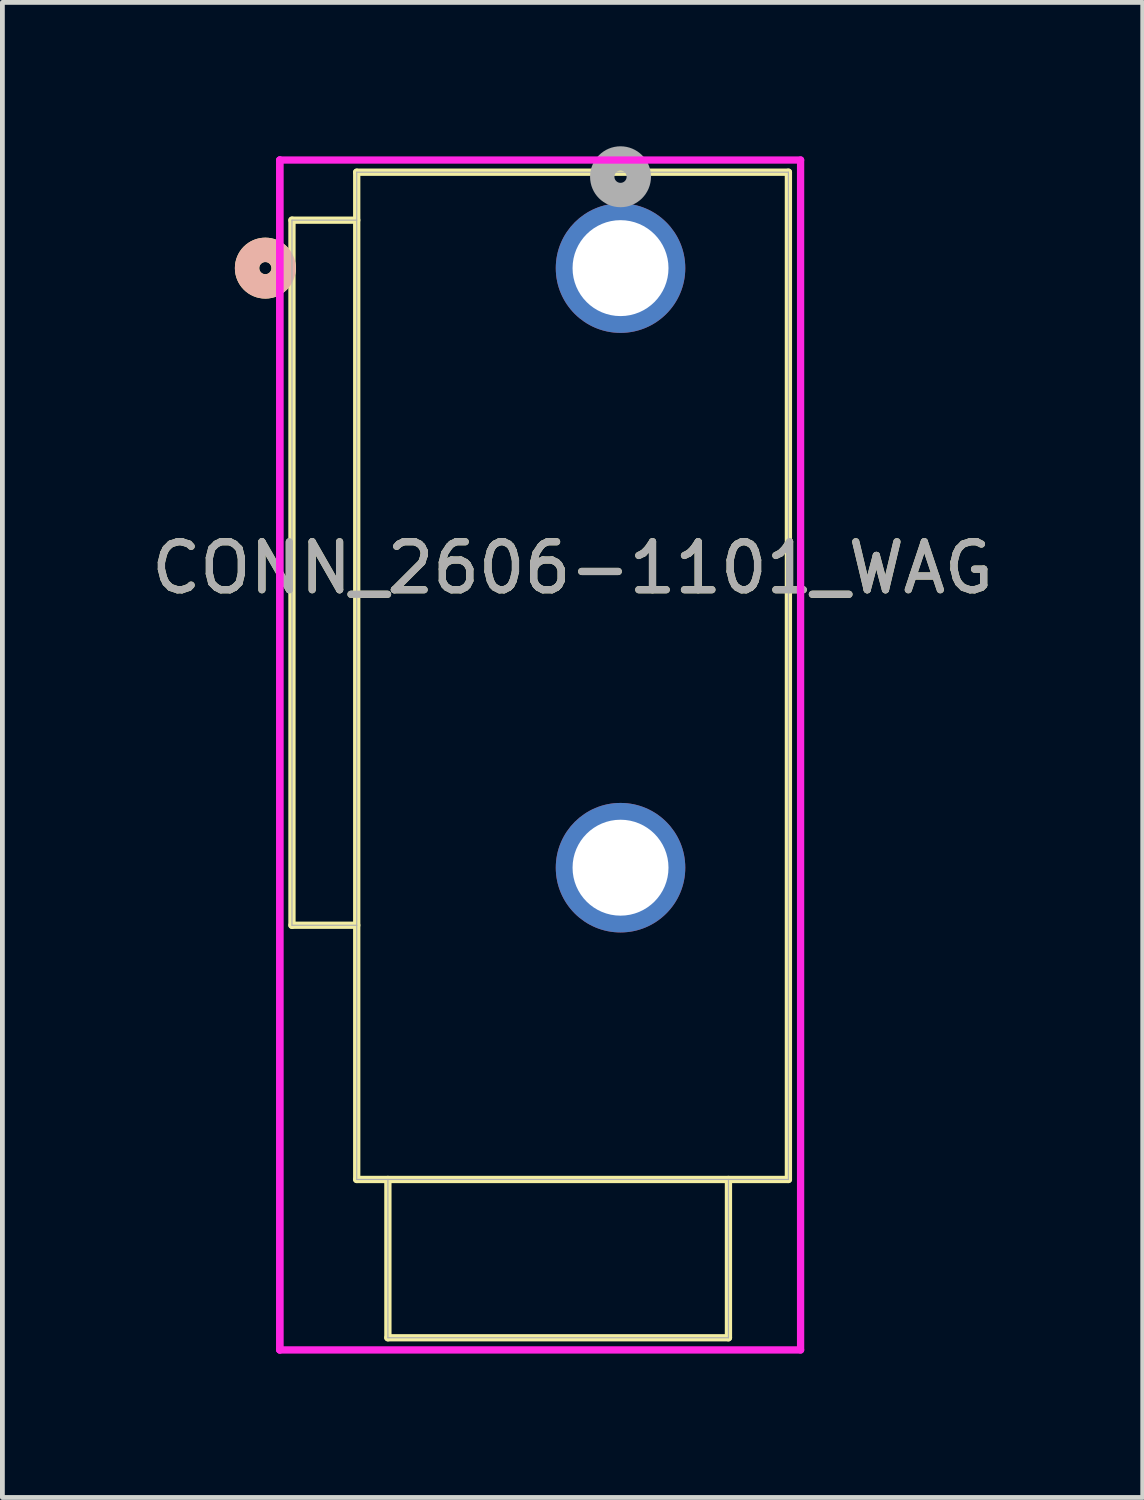
<source format=kicad_pcb>
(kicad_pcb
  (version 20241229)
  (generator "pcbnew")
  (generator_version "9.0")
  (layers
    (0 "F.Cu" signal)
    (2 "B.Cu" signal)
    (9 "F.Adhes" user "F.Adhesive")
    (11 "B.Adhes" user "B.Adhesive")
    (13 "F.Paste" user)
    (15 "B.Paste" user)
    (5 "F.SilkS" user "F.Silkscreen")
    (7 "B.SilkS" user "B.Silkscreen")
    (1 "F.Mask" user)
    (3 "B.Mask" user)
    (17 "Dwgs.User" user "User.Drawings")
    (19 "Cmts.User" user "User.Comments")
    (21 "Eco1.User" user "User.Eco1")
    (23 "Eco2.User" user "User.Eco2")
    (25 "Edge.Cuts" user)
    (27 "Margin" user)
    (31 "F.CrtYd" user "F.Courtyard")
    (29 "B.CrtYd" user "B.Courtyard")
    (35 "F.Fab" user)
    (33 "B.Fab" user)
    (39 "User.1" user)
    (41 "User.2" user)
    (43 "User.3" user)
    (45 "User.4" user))
  (footprint "CONN_2606-1101_WAG"
    (layer "F.Cu")
    (at 9.887 2.54)
    (property "Reference" "CONN_2606-1101_WAG" (at -1 6.25 0) (unlocked yes) (layer "F.SilkS") (effects (font (size 1 1) (thickness 0.15))))
    (attr through_hole)
    (fp_line (start -6.85 13.7) (end -6.85 -1) (stroke (width 0.152) (type solid)) (layer "F.SilkS"))
    (fp_line (start -5.5 -2) (end 3.5 -2) (stroke (width 0.152) (type solid)) (layer "F.SilkS"))
    (fp_line (start -5.5 -1) (end -6.85 -1) (stroke (width 0.152) (type solid)) (layer "F.SilkS"))
    (fp_line (start -5.5 13.7) (end -6.85 13.7) (stroke (width 0.152) (type solid)) (layer "F.SilkS"))
    (fp_line (start -5.5 19) (end -5.5 -2) (stroke (width 0.152) (type solid)) (layer "F.SilkS"))
    (fp_line (start -5.5 19) (end 3.5 19) (stroke (width 0.152) (type solid)) (layer "F.SilkS"))
    (fp_line (start -4.85 19) (end -4.85 22.3) (stroke (width 0.152) (type solid)) (layer "F.SilkS"))
    (fp_line (start -4.85 22.3) (end 2.25 22.3) (stroke (width 0.152) (type solid)) (layer "F.SilkS"))
    (fp_line (start 2.25 19) (end 2.25 22.3) (stroke (width 0.152) (type solid)) (layer "F.SilkS"))
    (fp_line (start 3.5 -2) (end 3.5 19) (stroke (width 0.152) (type solid)) (layer "F.SilkS"))
    (fp_circle (center -7.405 0) (end -7.024 0) (stroke (width 0.508) (type solid)) (fill no) (layer "F.SilkS"))
    (fp_circle (center -7.405 0) (end -7.024 0) (stroke (width 0.508) (type solid)) (fill no) (layer "B.SilkS"))
    (fp_line (start -7.104 -2.254) (end -7.104 22.554) (stroke (width 0.152) (type solid)) (layer "F.CrtYd"))
    (fp_line (start -7.104 -2.254) (end -7.104 22.554) (stroke (width 0.152) (type solid)) (layer "F.CrtYd"))
    (fp_line (start -7.104 22.554) (end 3.754 22.554) (stroke (width 0.152) (type solid)) (layer "F.CrtYd"))
    (fp_line (start 3.754 -2.254) (end -7.104 -2.254) (stroke (width 0.152) (type solid)) (layer "F.CrtYd"))
    (fp_line (start 3.754 22.554) (end 3.754 -2.254) (stroke (width 0.152) (type solid)) (layer "F.CrtYd"))
    (fp_line (start -6.85 13.7) (end -6.85 -1) (stroke (width 0.025) (type solid)) (layer "F.Fab"))
    (fp_line (start -5.5 -2) (end 3.5 -2) (stroke (width 0.025) (type solid)) (layer "F.Fab"))
    (fp_line (start -5.5 -1) (end -6.85 -1) (stroke (width 0.025) (type solid)) (layer "F.Fab"))
    (fp_line (start -5.5 13.7) (end -6.85 13.7) (stroke (width 0.025) (type solid)) (layer "F.Fab"))
    (fp_line (start -5.5 19) (end -5.5 -2) (stroke (width 0.025) (type solid)) (layer "F.Fab"))
    (fp_line (start -5.5 19) (end 3.5 19) (stroke (width 0.025) (type solid)) (layer "F.Fab"))
    (fp_line (start -4.85 19) (end -4.85 22.3) (stroke (width 0.025) (type solid)) (layer "F.Fab"))
    (fp_line (start -4.85 22.3) (end 2.25 22.3) (stroke (width 0.025) (type solid)) (layer "F.Fab"))
    (fp_line (start 2.25 19) (end 2.25 22.3) (stroke (width 0.025) (type solid)) (layer "F.Fab"))
    (fp_line (start 3.5 -2) (end 3.5 19) (stroke (width 0.025) (type solid)) (layer "F.Fab"))
    (fp_circle (center 0 -1.905) (end 0.381 -1.905) (stroke (width 0.508) (type solid)) (fill no) (layer "F.Fab"))
    (fp_text user "${REFERENCE}" (at -1 6.25 0) (unlocked yes) (layer "F.Fab") (effects (font (size 1 1) (thickness 0.15))))
    (pad "1" thru_hole circle (at 0 0) (size 2.7 2.7) (drill 2) (layers "*.Cu" "*.Mask"))
    (pad "2" thru_hole circle (at 0 12.5) (size 2.7 2.7) (drill 2) (layers "*.Cu" "*.Mask")))
  (gr_rect
    (start -3 -3)
    (end 20.774 28.17)
    (stroke (width 0.1) (type default))
    (fill no)
    (layer "Edge.Cuts")))
</source>
